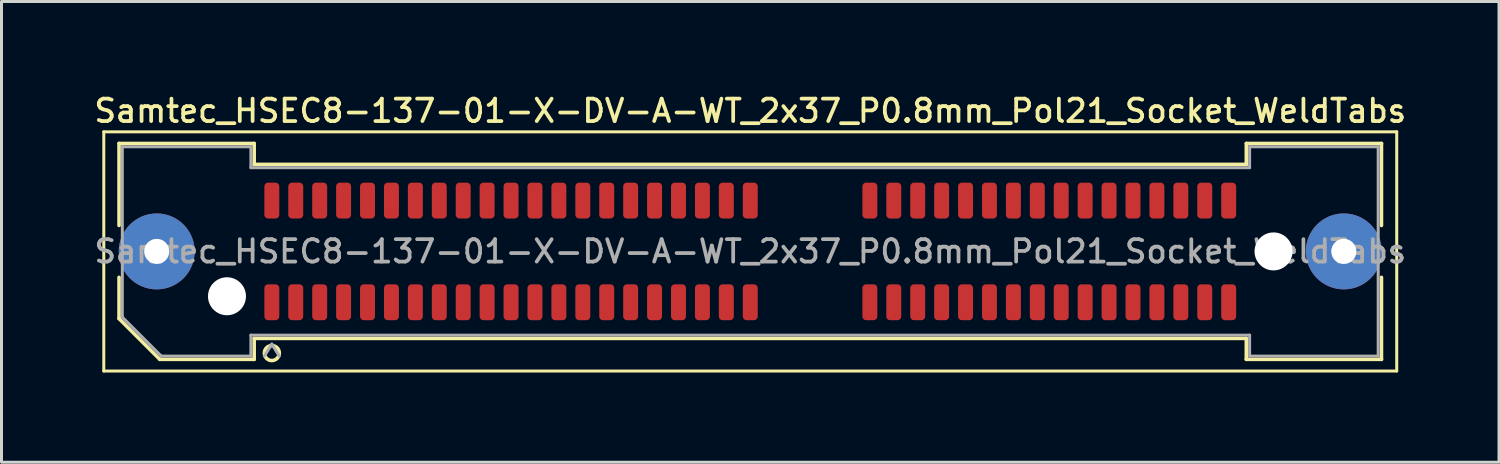
<source format=kicad_pcb>
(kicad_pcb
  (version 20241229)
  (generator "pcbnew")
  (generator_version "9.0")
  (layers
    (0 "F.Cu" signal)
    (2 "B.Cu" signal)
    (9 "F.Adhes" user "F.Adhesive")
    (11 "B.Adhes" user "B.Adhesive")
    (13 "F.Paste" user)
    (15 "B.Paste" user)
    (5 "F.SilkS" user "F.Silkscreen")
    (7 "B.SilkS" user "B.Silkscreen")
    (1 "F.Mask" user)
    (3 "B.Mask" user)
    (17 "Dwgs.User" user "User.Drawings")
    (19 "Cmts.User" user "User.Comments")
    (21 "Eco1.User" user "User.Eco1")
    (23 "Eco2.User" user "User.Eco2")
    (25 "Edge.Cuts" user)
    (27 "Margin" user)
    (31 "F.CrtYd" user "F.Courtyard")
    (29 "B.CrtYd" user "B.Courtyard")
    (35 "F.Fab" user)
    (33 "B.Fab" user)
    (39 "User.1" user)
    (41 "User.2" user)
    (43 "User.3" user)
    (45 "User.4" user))
  (footprint "Samtec_HSEC8-137-01-X-DV-A-WT_2x37_P0.8mm_Pol21_Socket_WeldTabs"
    (layer "F.Cu")
    (at 22.041 5.358)
    (property "Reference" "Samtec_HSEC8-137-01-X-DV-A-WT_2x37_P0.8mm_Pol21_Socket_WeldTabs" (at 0 -4.7 0) (layer "F.SilkS") (effects (font (size 0.75 0.75) (thickness 0.125))))
    (attr smd)
    (fp_line (start -21.62 -4) (end -21.62 4) (stroke (width 0.1) (type solid)) (layer "F.SilkS"))
    (fp_line (start -21.62 4) (end 21.62 4) (stroke (width 0.1) (type solid)) (layer "F.SilkS"))
    (fp_line (start -21.11 -3.61) (end -16.59 -3.61) (stroke (width 0.12) (type solid)) (layer "F.SilkS"))
    (fp_line (start -21.11 -0.868) (end -21.11 -3.61) (stroke (width 0.12) (type solid)) (layer "F.SilkS"))
    (fp_line (start -21.11 2.246) (end -21.11 0.868) (stroke (width 0.12) (type solid)) (layer "F.SilkS"))
    (fp_line (start -19.746 3.61) (end -21.11 2.246) (stroke (width 0.12) (type solid)) (layer "F.SilkS"))
    (fp_line (start -16.59 -3.61) (end -16.59 -2.91) (stroke (width 0.12) (type solid)) (layer "F.SilkS"))
    (fp_line (start -16.59 -2.91) (end 16.59 -2.91) (stroke (width 0.12) (type solid)) (layer "F.SilkS"))
    (fp_line (start -16.59 2.91) (end -16.59 3.61) (stroke (width 0.12) (type solid)) (layer "F.SilkS"))
    (fp_line (start -16.59 3.61) (end -19.746 3.61) (stroke (width 0.12) (type solid)) (layer "F.SilkS"))
    (fp_line (start 16.59 -3.61) (end 21.11 -3.61) (stroke (width 0.12) (type solid)) (layer "F.SilkS"))
    (fp_line (start 16.59 -2.91) (end 16.59 -3.61) (stroke (width 0.12) (type solid)) (layer "F.SilkS"))
    (fp_line (start 16.59 2.91) (end -16.59 2.91) (stroke (width 0.12) (type solid)) (layer "F.SilkS"))
    (fp_line (start 16.59 3.61) (end 16.59 2.91) (stroke (width 0.12) (type solid)) (layer "F.SilkS"))
    (fp_line (start 21.11 -3.61) (end 21.11 -0.868) (stroke (width 0.12) (type solid)) (layer "F.SilkS"))
    (fp_line (start 21.11 0.868) (end 21.11 3.61) (stroke (width 0.12) (type solid)) (layer "F.SilkS"))
    (fp_line (start 21.11 3.61) (end 16.59 3.61) (stroke (width 0.12) (type solid)) (layer "F.SilkS"))
    (fp_line (start 21.62 -4) (end -21.62 -4) (stroke (width 0.1) (type solid)) (layer "F.SilkS"))
    (fp_line (start 21.62 4) (end 21.62 -4) (stroke (width 0.1) (type solid)) (layer "F.SilkS"))
    (fp_arc (start -15.75 3.4) (mid -16.25 3.4) (end -15.75 3.4) (stroke (width 0.12) (type solid)) (layer "F.SilkS"))
    (fp_line (start -21 -3.5) (end -16.7 -3.5) (stroke (width 0.1) (type solid)) (layer "F.Fab"))
    (fp_line (start -21 2.2) (end -21 -3.5) (stroke (width 0.1) (type solid)) (layer "F.Fab"))
    (fp_line (start -19.7 3.5) (end -21 2.2) (stroke (width 0.1) (type solid)) (layer "F.Fab"))
    (fp_line (start -16.7 -3.5) (end -16.7 -2.8) (stroke (width 0.1) (type solid)) (layer "F.Fab"))
    (fp_line (start -16.7 -2.8) (end 16.7 -2.8) (stroke (width 0.1) (type solid)) (layer "F.Fab"))
    (fp_line (start -16.7 2.8) (end -16.7 3.5) (stroke (width 0.1) (type solid)) (layer "F.Fab"))
    (fp_line (start -16.7 3.5) (end -19.7 3.5) (stroke (width 0.1) (type solid)) (layer "F.Fab"))
    (fp_line (start -16 3.1) (end -16.25 3.5) (stroke (width 0.1) (type solid)) (layer "F.Fab"))
    (fp_line (start -16 3.1) (end -15.75 3.5) (stroke (width 0.1) (type solid)) (layer "F.Fab"))
    (fp_line (start 16.7 -3.5) (end 21 -3.5) (stroke (width 0.1) (type solid)) (layer "F.Fab"))
    (fp_line (start 16.7 -2.8) (end 16.7 -3.5) (stroke (width 0.1) (type solid)) (layer "F.Fab"))
    (fp_line (start 16.7 2.8) (end -16.7 2.8) (stroke (width 0.1) (type solid)) (layer "F.Fab"))
    (fp_line (start 16.7 3.5) (end 16.7 2.8) (stroke (width 0.1) (type solid)) (layer "F.Fab"))
    (fp_line (start 21 -3.5) (end 21 3.5) (stroke (width 0.1) (type solid)) (layer "F.Fab"))
    (fp_line (start 21 3.5) (end 16.7 3.5) (stroke (width 0.1) (type solid)) (layer "F.Fab"))
    (fp_text user "${REFERENCE}" (at 0 0 0) (layer "F.Fab") (effects (font (size 0.75 0.75) (thickness 0.125))))
    (pad "" thru_hole circle (at -19.85 0) (size 2.54 2.54) (drill 0.84) (layers "*.Cu" "*.Mask" "F.Paste"))
    (pad "" np_thru_hole circle (at -17.5 1.5) (size 1.27 1.27) (drill 1.27) (layers "*.Cu" "*.Mask"))
    (pad "" np_thru_hole circle (at 17.5 0) (size 1.27 1.27) (drill 1.27) (layers "*.Cu" "*.Mask"))
    (pad "" thru_hole circle (at 19.85 0) (size 2.54 2.54) (drill 0.84) (layers "*.Cu" "*.Mask" "F.Paste"))
    (pad "1" smd roundrect (at -16 1.7) (size 0.5 1.2) (layers "F.Cu" "F.Mask" "F.Paste") (roundrect_rratio 0.25))
    (pad "2" smd roundrect (at -16 -1.7) (size 0.5 1.2) (layers "F.Cu" "F.Mask" "F.Paste") (roundrect_rratio 0.25))
    (pad "3" smd roundrect (at -15.2 1.7) (size 0.5 1.2) (layers "F.Cu" "F.Mask" "F.Paste") (roundrect_rratio 0.25))
    (pad "4" smd roundrect (at -15.2 -1.7) (size 0.5 1.2) (layers "F.Cu" "F.Mask" "F.Paste") (roundrect_rratio 0.25))
    (pad "5" smd roundrect (at -14.4 1.7) (size 0.5 1.2) (layers "F.Cu" "F.Mask" "F.Paste") (roundrect_rratio 0.25))
    (pad "6" smd roundrect (at -14.4 -1.7) (size 0.5 1.2) (layers "F.Cu" "F.Mask" "F.Paste") (roundrect_rratio 0.25))
    (pad "7" smd roundrect (at -13.6 1.7) (size 0.5 1.2) (layers "F.Cu" "F.Mask" "F.Paste") (roundrect_rratio 0.25))
    (pad "8" smd roundrect (at -13.6 -1.7) (size 0.5 1.2) (layers "F.Cu" "F.Mask" "F.Paste") (roundrect_rratio 0.25))
    (pad "9" smd roundrect (at -12.8 1.7) (size 0.5 1.2) (layers "F.Cu" "F.Mask" "F.Paste") (roundrect_rratio 0.25))
    (pad "10" smd roundrect (at -12.8 -1.7) (size 0.5 1.2) (layers "F.Cu" "F.Mask" "F.Paste") (roundrect_rratio 0.25))
    (pad "11" smd roundrect (at -12 1.7) (size 0.5 1.2) (layers "F.Cu" "F.Mask" "F.Paste") (roundrect_rratio 0.25))
    (pad "12" smd roundrect (at -12 -1.7) (size 0.5 1.2) (layers "F.Cu" "F.Mask" "F.Paste") (roundrect_rratio 0.25))
    (pad "13" smd roundrect (at -11.2 1.7) (size 0.5 1.2) (layers "F.Cu" "F.Mask" "F.Paste") (roundrect_rratio 0.25))
    (pad "14" smd roundrect (at -11.2 -1.7) (size 0.5 1.2) (layers "F.Cu" "F.Mask" "F.Paste") (roundrect_rratio 0.25))
    (pad "15" smd roundrect (at -10.4 1.7) (size 0.5 1.2) (layers "F.Cu" "F.Mask" "F.Paste") (roundrect_rratio 0.25))
    (pad "16" smd roundrect (at -10.4 -1.7) (size 0.5 1.2) (layers "F.Cu" "F.Mask" "F.Paste") (roundrect_rratio 0.25))
    (pad "17" smd roundrect (at -9.6 1.7) (size 0.5 1.2) (layers "F.Cu" "F.Mask" "F.Paste") (roundrect_rratio 0.25))
    (pad "18" smd roundrect (at -9.6 -1.7) (size 0.5 1.2) (layers "F.Cu" "F.Mask" "F.Paste") (roundrect_rratio 0.25))
    (pad "19" smd roundrect (at -8.8 1.7) (size 0.5 1.2) (layers "F.Cu" "F.Mask" "F.Paste") (roundrect_rratio 0.25))
    (pad "20" smd roundrect (at -8.8 -1.7) (size 0.5 1.2) (layers "F.Cu" "F.Mask" "F.Paste") (roundrect_rratio 0.25))
    (pad "21" smd roundrect (at -8 1.7) (size 0.5 1.2) (layers "F.Cu" "F.Mask" "F.Paste") (roundrect_rratio 0.25))
    (pad "22" smd roundrect (at -8 -1.7) (size 0.5 1.2) (layers "F.Cu" "F.Mask" "F.Paste") (roundrect_rratio 0.25))
    (pad "23" smd roundrect (at -7.2 1.7) (size 0.5 1.2) (layers "F.Cu" "F.Mask" "F.Paste") (roundrect_rratio 0.25))
    (pad "24" smd roundrect (at -7.2 -1.7) (size 0.5 1.2) (layers "F.Cu" "F.Mask" "F.Paste") (roundrect_rratio 0.25))
    (pad "25" smd roundrect (at -6.4 1.7) (size 0.5 1.2) (layers "F.Cu" "F.Mask" "F.Paste") (roundrect_rratio 0.25))
    (pad "26" smd roundrect (at -6.4 -1.7) (size 0.5 1.2) (layers "F.Cu" "F.Mask" "F.Paste") (roundrect_rratio 0.25))
    (pad "27" smd roundrect (at -5.6 1.7) (size 0.5 1.2) (layers "F.Cu" "F.Mask" "F.Paste") (roundrect_rratio 0.25))
    (pad "28" smd roundrect (at -5.6 -1.7) (size 0.5 1.2) (layers "F.Cu" "F.Mask" "F.Paste") (roundrect_rratio 0.25))
    (pad "29" smd roundrect (at -4.8 1.7) (size 0.5 1.2) (layers "F.Cu" "F.Mask" "F.Paste") (roundrect_rratio 0.25))
    (pad "30" smd roundrect (at -4.8 -1.7) (size 0.5 1.2) (layers "F.Cu" "F.Mask" "F.Paste") (roundrect_rratio 0.25))
    (pad "31" smd roundrect (at -4 1.7) (size 0.5 1.2) (layers "F.Cu" "F.Mask" "F.Paste") (roundrect_rratio 0.25))
    (pad "32" smd roundrect (at -4 -1.7) (size 0.5 1.2) (layers "F.Cu" "F.Mask" "F.Paste") (roundrect_rratio 0.25))
    (pad "33" smd roundrect (at -3.2 1.7) (size 0.5 1.2) (layers "F.Cu" "F.Mask" "F.Paste") (roundrect_rratio 0.25))
    (pad "34" smd roundrect (at -3.2 -1.7) (size 0.5 1.2) (layers "F.Cu" "F.Mask" "F.Paste") (roundrect_rratio 0.25))
    (pad "35" smd roundrect (at -2.4 1.7) (size 0.5 1.2) (layers "F.Cu" "F.Mask" "F.Paste") (roundrect_rratio 0.25))
    (pad "36" smd roundrect (at -2.4 -1.7) (size 0.5 1.2) (layers "F.Cu" "F.Mask" "F.Paste") (roundrect_rratio 0.25))
    (pad "37" smd roundrect (at -1.6 1.7) (size 0.5 1.2) (layers "F.Cu" "F.Mask" "F.Paste") (roundrect_rratio 0.25))
    (pad "38" smd roundrect (at -1.6 -1.7) (size 0.5 1.2) (layers "F.Cu" "F.Mask" "F.Paste") (roundrect_rratio 0.25))
    (pad "39" smd roundrect (at -0.8 1.7) (size 0.5 1.2) (layers "F.Cu" "F.Mask" "F.Paste") (roundrect_rratio 0.25))
    (pad "40" smd roundrect (at -0.8 -1.7) (size 0.5 1.2) (layers "F.Cu" "F.Mask" "F.Paste") (roundrect_rratio 0.25))
    (pad "41" smd roundrect (at 0 1.7) (size 0.5 1.2) (layers "F.Cu" "F.Mask" "F.Paste") (roundrect_rratio 0.25))
    (pad "42" smd roundrect (at 0 -1.7) (size 0.5 1.2) (layers "F.Cu" "F.Mask" "F.Paste") (roundrect_rratio 0.25))
    (pad "43" smd roundrect (at 4 1.7) (size 0.5 1.2) (layers "F.Cu" "F.Mask" "F.Paste") (roundrect_rratio 0.25))
    (pad "44" smd roundrect (at 4 -1.7) (size 0.5 1.2) (layers "F.Cu" "F.Mask" "F.Paste") (roundrect_rratio 0.25))
    (pad "45" smd roundrect (at 4.8 1.7) (size 0.5 1.2) (layers "F.Cu" "F.Mask" "F.Paste") (roundrect_rratio 0.25))
    (pad "46" smd roundrect (at 4.8 -1.7) (size 0.5 1.2) (layers "F.Cu" "F.Mask" "F.Paste") (roundrect_rratio 0.25))
    (pad "47" smd roundrect (at 5.6 1.7) (size 0.5 1.2) (layers "F.Cu" "F.Mask" "F.Paste") (roundrect_rratio 0.25))
    (pad "48" smd roundrect (at 5.6 -1.7) (size 0.5 1.2) (layers "F.Cu" "F.Mask" "F.Paste") (roundrect_rratio 0.25))
    (pad "49" smd roundrect (at 6.4 1.7) (size 0.5 1.2) (layers "F.Cu" "F.Mask" "F.Paste") (roundrect_rratio 0.25))
    (pad "50" smd roundrect (at 6.4 -1.7) (size 0.5 1.2) (layers "F.Cu" "F.Mask" "F.Paste") (roundrect_rratio 0.25))
    (pad "51" smd roundrect (at 7.2 1.7) (size 0.5 1.2) (layers "F.Cu" "F.Mask" "F.Paste") (roundrect_rratio 0.25))
    (pad "52" smd roundrect (at 7.2 -1.7) (size 0.5 1.2) (layers "F.Cu" "F.Mask" "F.Paste") (roundrect_rratio 0.25))
    (pad "53" smd roundrect (at 8 1.7) (size 0.5 1.2) (layers "F.Cu" "F.Mask" "F.Paste") (roundrect_rratio 0.25))
    (pad "54" smd roundrect (at 8 -1.7) (size 0.5 1.2) (layers "F.Cu" "F.Mask" "F.Paste") (roundrect_rratio 0.25))
    (pad "55" smd roundrect (at 8.8 1.7) (size 0.5 1.2) (layers "F.Cu" "F.Mask" "F.Paste") (roundrect_rratio 0.25))
    (pad "56" smd roundrect (at 8.8 -1.7) (size 0.5 1.2) (layers "F.Cu" "F.Mask" "F.Paste") (roundrect_rratio 0.25))
    (pad "57" smd roundrect (at 9.6 1.7) (size 0.5 1.2) (layers "F.Cu" "F.Mask" "F.Paste") (roundrect_rratio 0.25))
    (pad "58" smd roundrect (at 9.6 -1.7) (size 0.5 1.2) (layers "F.Cu" "F.Mask" "F.Paste") (roundrect_rratio 0.25))
    (pad "59" smd roundrect (at 10.4 1.7) (size 0.5 1.2) (layers "F.Cu" "F.Mask" "F.Paste") (roundrect_rratio 0.25))
    (pad "60" smd roundrect (at 10.4 -1.7) (size 0.5 1.2) (layers "F.Cu" "F.Mask" "F.Paste") (roundrect_rratio 0.25))
    (pad "61" smd roundrect (at 11.2 1.7) (size 0.5 1.2) (layers "F.Cu" "F.Mask" "F.Paste") (roundrect_rratio 0.25))
    (pad "62" smd roundrect (at 11.2 -1.7) (size 0.5 1.2) (layers "F.Cu" "F.Mask" "F.Paste") (roundrect_rratio 0.25))
    (pad "63" smd roundrect (at 12 1.7) (size 0.5 1.2) (layers "F.Cu" "F.Mask" "F.Paste") (roundrect_rratio 0.25))
    (pad "64" smd roundrect (at 12 -1.7) (size 0.5 1.2) (layers "F.Cu" "F.Mask" "F.Paste") (roundrect_rratio 0.25))
    (pad "65" smd roundrect (at 12.8 1.7) (size 0.5 1.2) (layers "F.Cu" "F.Mask" "F.Paste") (roundrect_rratio 0.25))
    (pad "66" smd roundrect (at 12.8 -1.7) (size 0.5 1.2) (layers "F.Cu" "F.Mask" "F.Paste") (roundrect_rratio 0.25))
    (pad "67" smd roundrect (at 13.6 1.7) (size 0.5 1.2) (layers "F.Cu" "F.Mask" "F.Paste") (roundrect_rratio 0.25))
    (pad "68" smd roundrect (at 13.6 -1.7) (size 0.5 1.2) (layers "F.Cu" "F.Mask" "F.Paste") (roundrect_rratio 0.25))
    (pad "69" smd roundrect (at 14.4 1.7) (size 0.5 1.2) (layers "F.Cu" "F.Mask" "F.Paste") (roundrect_rratio 0.25))
    (pad "70" smd roundrect (at 14.4 -1.7) (size 0.5 1.2) (layers "F.Cu" "F.Mask" "F.Paste") (roundrect_rratio 0.25))
    (pad "71" smd roundrect (at 15.2 1.7) (size 0.5 1.2) (layers "F.Cu" "F.Mask" "F.Paste") (roundrect_rratio 0.25))
    (pad "72" smd roundrect (at 15.2 -1.7) (size 0.5 1.2) (layers "F.Cu" "F.Mask" "F.Paste") (roundrect_rratio 0.25))
    (pad "73" smd roundrect (at 16 1.7) (size 0.5 1.2) (layers "F.Cu" "F.Mask" "F.Paste") (roundrect_rratio 0.25))
    (pad "74" smd roundrect (at 16 -1.7) (size 0.5 1.2) (layers "F.Cu" "F.Mask" "F.Paste") (roundrect_rratio 0.25)))
  (gr_rect
    (start -3 -3)
    (end 47.082 12.408)
    (stroke (width 0.1) (type default))
    (fill no)
    (layer "Edge.Cuts")))
</source>
